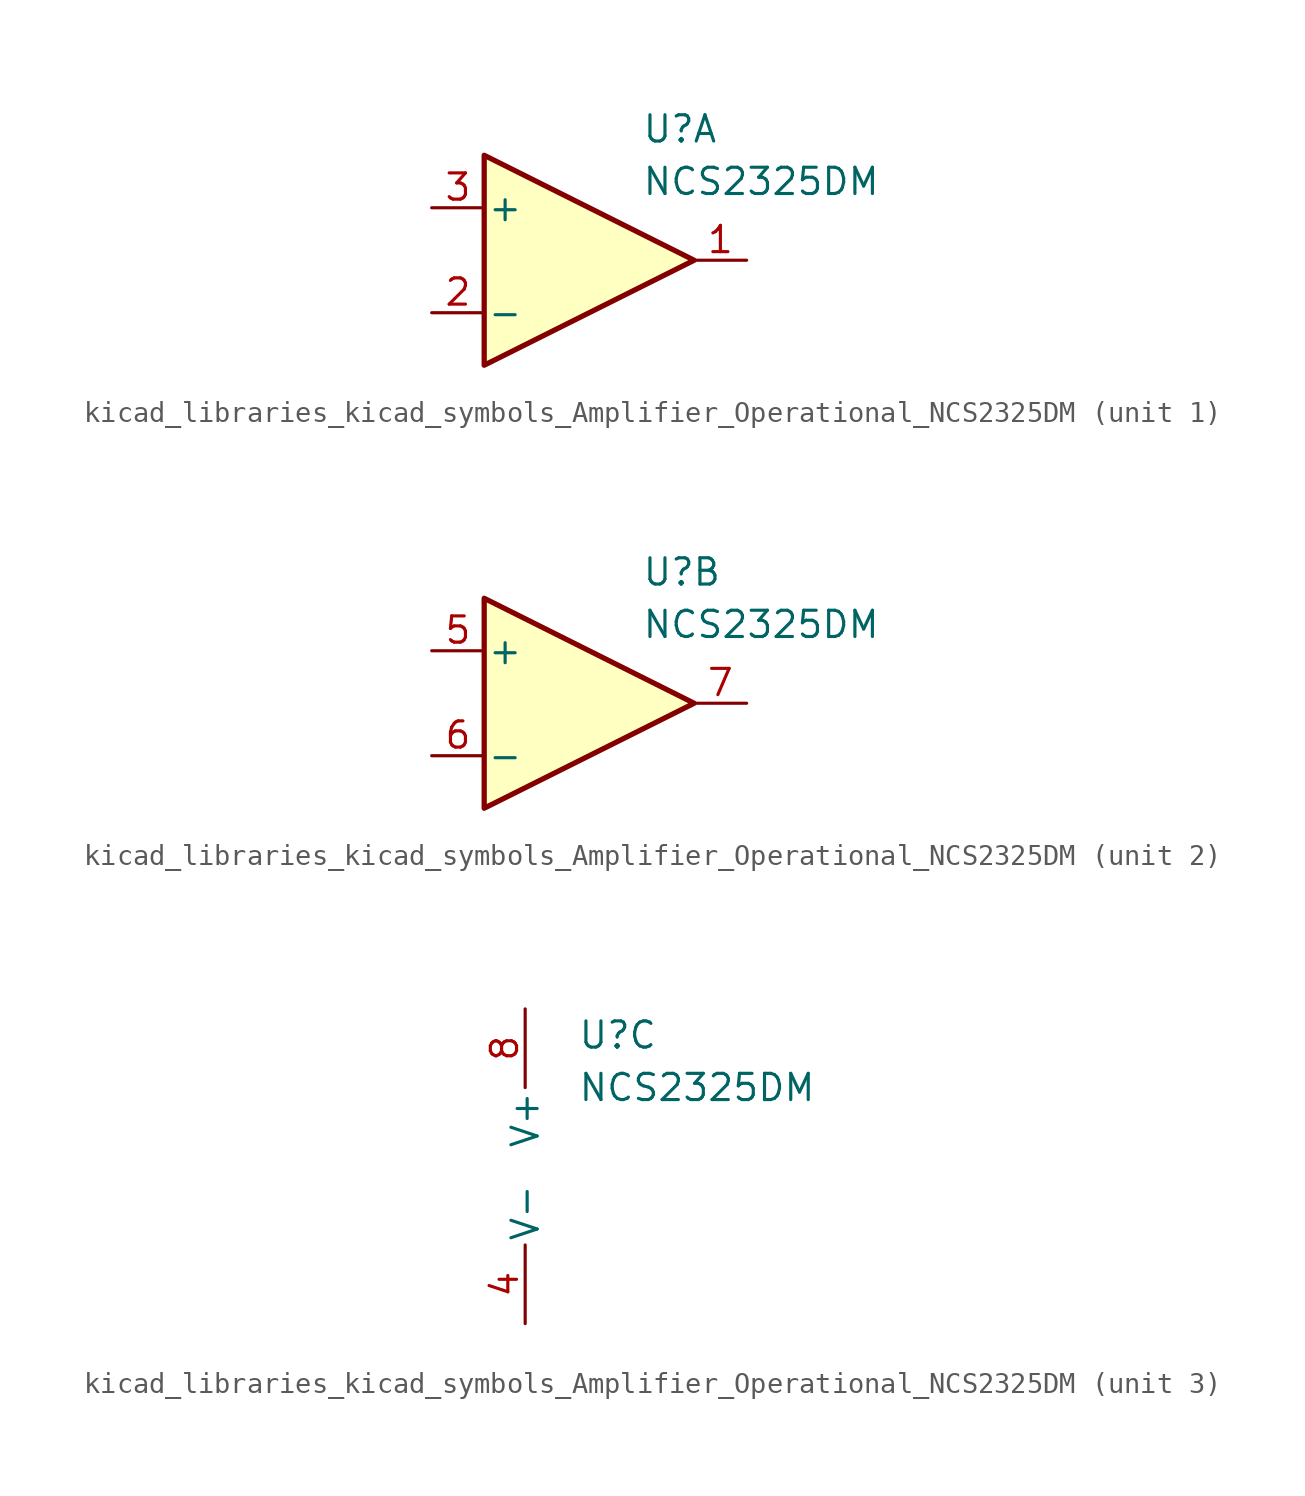
<source format=kicad_sym>
(kicad_symbol_lib
  (version 20220914)
  (generator kicad_symbol_editor)
  (symbol "kicad_libraries_kicad_symbols_Amplifier_Operational_NCS2325DM"
    (pin_names
      (offset 0.127))
    (property "Reference" "U"
      (at 2.54 6.35 0)
      (effects (font (size 1.27 1.27)) (justify left)))
    (property "Value" "NCS2325DM"
      (at 2.54 3.81 0)
      (effects (font (size 1.27 1.27)) (justify left)))
    (property "ki_locked" ""
      (at 0 0 0)
      (effects (font (size 1.27 1.27))))
    (symbol "kicad_libraries_kicad_symbols_Amplifier_Operational_NCS2325DM_1_1"
      (polyline (pts (xy 5.08 0) (xy -5.08 5.08) (xy -5.08 -5.08) (xy 5.08 0)) (stroke (width 0.254) (type default)) (fill (type background)))
      (pin output line (at 7.62 0 180) (length 2.54) (name "~" (effects (font (size 1.27 1.27)))) (number "1" (effects (font (size 1.27 1.27)))))
      (pin input line (at -7.62 -2.54 0) (length 2.54) (name "-" (effects (font (size 1.27 1.27)))) (number "2" (effects (font (size 1.27 1.27)))))
      (pin input line (at -7.62 2.54 0) (length 2.54) (name "+" (effects (font (size 1.27 1.27)))) (number "3" (effects (font (size 1.27 1.27))))))
    (symbol "kicad_libraries_kicad_symbols_Amplifier_Operational_NCS2325DM_2_1"
      (polyline (pts (xy 5.08 0) (xy -5.08 5.08) (xy -5.08 -5.08) (xy 5.08 0)) (stroke (width 0.254) (type default)) (fill (type background)))
      (pin input line (at -7.62 2.54 0) (length 2.54) (name "+" (effects (font (size 1.27 1.27)))) (number "5" (effects (font (size 1.27 1.27)))))
      (pin input line (at -7.62 -2.54 0) (length 2.54) (name "-" (effects (font (size 1.27 1.27)))) (number "6" (effects (font (size 1.27 1.27)))))
      (pin output line (at 7.62 0 180) (length 2.54) (name "~" (effects (font (size 1.27 1.27)))) (number "7" (effects (font (size 1.27 1.27))))))
    (symbol "kicad_libraries_kicad_symbols_Amplifier_Operational_NCS2325DM_3_1"
      (pin power_in line (at 0 -7.62 90) (length 3.81) (name "V-" (effects (font (size 1.27 1.27)))) (number "4" (effects (font (size 1.27 1.27)))))
      (pin power_in line (at 0 7.62 270) (length 3.81) (name "V+" (effects (font (size 1.27 1.27)))) (number "8" (effects (font (size 1.27 1.27))))))))
</source>
